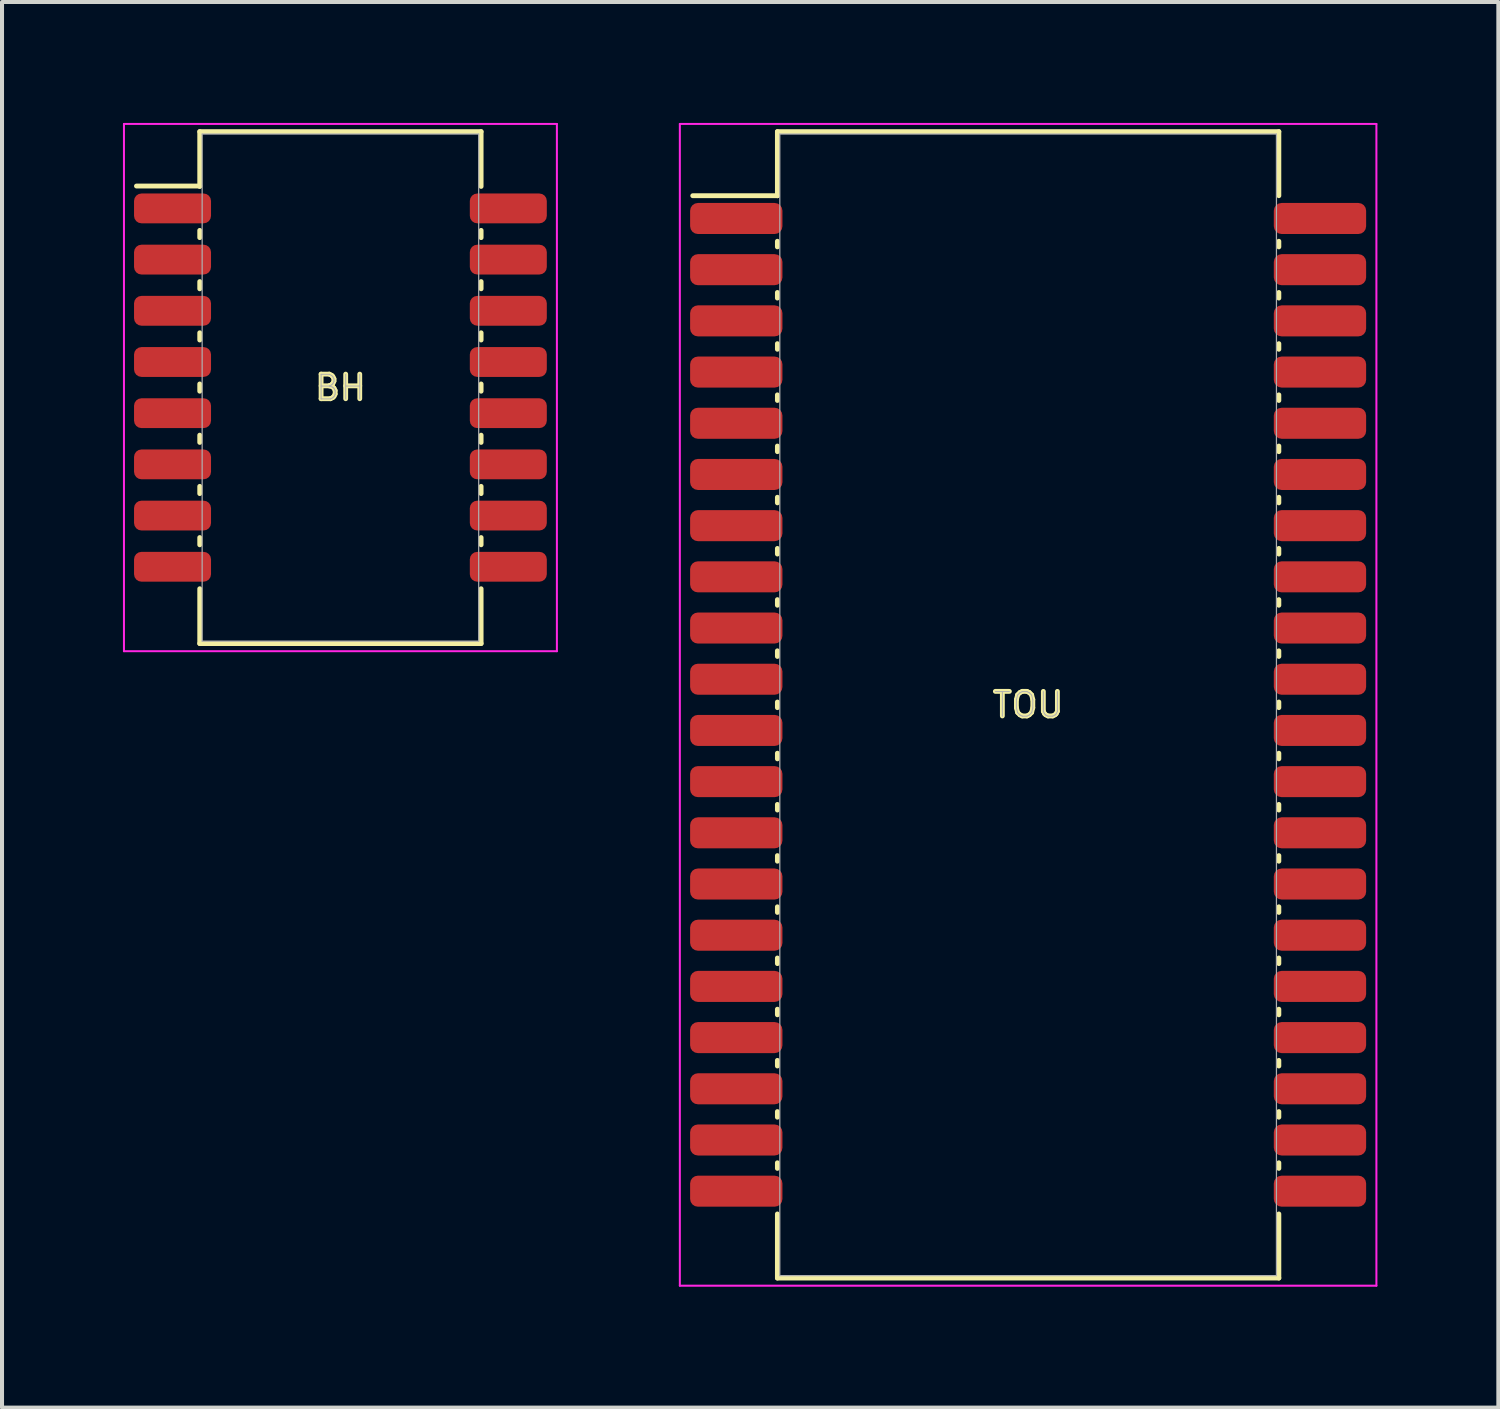
<source format=kicad_pcb>
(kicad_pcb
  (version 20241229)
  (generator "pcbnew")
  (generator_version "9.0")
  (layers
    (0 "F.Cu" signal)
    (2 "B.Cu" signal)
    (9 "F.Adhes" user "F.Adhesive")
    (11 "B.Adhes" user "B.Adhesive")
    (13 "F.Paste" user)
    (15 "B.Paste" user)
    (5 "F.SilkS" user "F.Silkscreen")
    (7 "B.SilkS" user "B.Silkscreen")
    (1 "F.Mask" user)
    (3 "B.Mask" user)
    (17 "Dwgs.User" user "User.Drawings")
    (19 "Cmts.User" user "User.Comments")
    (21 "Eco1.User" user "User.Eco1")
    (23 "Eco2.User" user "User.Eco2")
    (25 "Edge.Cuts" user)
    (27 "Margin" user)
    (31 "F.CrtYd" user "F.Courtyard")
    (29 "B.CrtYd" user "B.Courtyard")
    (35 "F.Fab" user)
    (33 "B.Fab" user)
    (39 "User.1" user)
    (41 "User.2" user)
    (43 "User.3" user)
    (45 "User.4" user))
  (footprint "BH"
    (layer "F.Cu")
    (at 5.395 6.565)
    (property "Reference" "BH" (at 0 0 0) (layer "F.SilkS") (effects (font (size 0.61 0.61) (thickness 0.12))))
    (attr smd)
    (fp_line (start -5.06 -5) (end -3.49 -5) (stroke (width 0.12) (type solid)) (layer "F.SilkS"))
    (fp_line (start -3.49 -6.35) (end 3.49 -6.35) (stroke (width 0.12) (type solid)) (layer "F.SilkS"))
    (fp_line (start -3.49 -5) (end -3.49 -6.35) (stroke (width 0.12) (type solid)) (layer "F.SilkS"))
    (fp_line (start -3.49 -4.99) (end -3.49 -5) (stroke (width 0.12) (type solid)) (layer "F.SilkS"))
    (fp_line (start -3.49 -3.72) (end -3.49 -3.9) (stroke (width 0.12) (type solid)) (layer "F.SilkS"))
    (fp_line (start -3.49 -2.45) (end -3.49 -2.63) (stroke (width 0.12) (type solid)) (layer "F.SilkS"))
    (fp_line (start -3.49 -1.18) (end -3.49 -1.36) (stroke (width 0.12) (type solid)) (layer "F.SilkS"))
    (fp_line (start -3.49 0.09) (end -3.49 -0.09) (stroke (width 0.12) (type solid)) (layer "F.SilkS"))
    (fp_line (start -3.49 1.36) (end -3.49 1.18) (stroke (width 0.12) (type solid)) (layer "F.SilkS"))
    (fp_line (start -3.49 2.63) (end -3.49 2.45) (stroke (width 0.12) (type solid)) (layer "F.SilkS"))
    (fp_line (start -3.49 3.9) (end -3.49 3.72) (stroke (width 0.12) (type solid)) (layer "F.SilkS"))
    (fp_line (start -3.49 6.35) (end -3.49 4.99) (stroke (width 0.12) (type solid)) (layer "F.SilkS"))
    (fp_line (start 3.49 -6.35) (end 3.49 -4.99) (stroke (width 0.12) (type solid)) (layer "F.SilkS"))
    (fp_line (start 3.49 -3.9) (end 3.49 -3.72) (stroke (width 0.12) (type solid)) (layer "F.SilkS"))
    (fp_line (start 3.49 -2.63) (end 3.49 -2.45) (stroke (width 0.12) (type solid)) (layer "F.SilkS"))
    (fp_line (start 3.49 -1.36) (end 3.49 -1.18) (stroke (width 0.12) (type solid)) (layer "F.SilkS"))
    (fp_line (start 3.49 -0.09) (end 3.49 0.09) (stroke (width 0.12) (type solid)) (layer "F.SilkS"))
    (fp_line (start 3.49 1.18) (end 3.49 1.36) (stroke (width 0.12) (type solid)) (layer "F.SilkS"))
    (fp_line (start 3.49 2.45) (end 3.49 2.63) (stroke (width 0.12) (type solid)) (layer "F.SilkS"))
    (fp_line (start 3.49 3.72) (end 3.49 3.9) (stroke (width 0.12) (type solid)) (layer "F.SilkS"))
    (fp_line (start 3.49 4.99) (end 3.49 6.35) (stroke (width 0.12) (type solid)) (layer "F.SilkS"))
    (fp_line (start 3.49 6.35) (end -3.49 6.35) (stroke (width 0.12) (type solid)) (layer "F.SilkS"))
    (fp_line (start -5.37 -6.54) (end 5.37 -6.54) (stroke (width 0.05) (type solid)) (layer "F.CrtYd"))
    (fp_line (start -5.37 6.54) (end -5.37 -6.54) (stroke (width 0.05) (type solid)) (layer "F.CrtYd"))
    (fp_line (start 5.37 -6.54) (end 5.37 6.54) (stroke (width 0.05) (type solid)) (layer "F.CrtYd"))
    (fp_line (start 5.37 6.54) (end -5.37 6.54) (stroke (width 0.05) (type solid)) (layer "F.CrtYd"))
    (fp_line (start -3.43 -6.29) (end 3.43 -6.29) (stroke (width 0.03) (type solid)) (layer "F.Fab"))
    (fp_line (start -3.43 6.29) (end -3.43 -6.29) (stroke (width 0.03) (type solid)) (layer "F.Fab"))
    (fp_line (start 3.43 -6.29) (end 3.43 6.29) (stroke (width 0.03) (type solid)) (layer "F.Fab"))
    (fp_line (start 3.43 6.29) (end -3.43 6.29) (stroke (width 0.03) (type solid)) (layer "F.Fab"))
    (fp_text user "${REFERENCE}" (at 0 0 0) (layer "F.Fab") (effects (font (size 0.61 0.61) (thickness 0.025))))
    (pad "1" smd roundrect (at -4.165 -4.445 270) (size 0.74 1.91) (layers "F.Cu" "F.Mask" "F.Paste") (roundrect_rratio 0.25))
    (pad "2" smd roundrect (at -4.165 -3.175 270) (size 0.74 1.91) (layers "F.Cu" "F.Mask" "F.Paste") (roundrect_rratio 0.25))
    (pad "3" smd roundrect (at -4.165 -1.905 270) (size 0.74 1.91) (layers "F.Cu" "F.Mask" "F.Paste") (roundrect_rratio 0.25))
    (pad "4" smd roundrect (at -4.165 -0.635 270) (size 0.74 1.91) (layers "F.Cu" "F.Mask" "F.Paste") (roundrect_rratio 0.25))
    (pad "5" smd roundrect (at -4.165 0.635 270) (size 0.74 1.91) (layers "F.Cu" "F.Mask" "F.Paste") (roundrect_rratio 0.25))
    (pad "6" smd roundrect (at -4.165 1.905 270) (size 0.74 1.91) (layers "F.Cu" "F.Mask" "F.Paste") (roundrect_rratio 0.25))
    (pad "7" smd roundrect (at -4.165 3.175 270) (size 0.74 1.91) (layers "F.Cu" "F.Mask" "F.Paste") (roundrect_rratio 0.25))
    (pad "8" smd roundrect (at -4.165 4.445 270) (size 0.74 1.91) (layers "F.Cu" "F.Mask" "F.Paste") (roundrect_rratio 0.25))
    (pad "9" smd roundrect (at 4.165 4.445 90) (size 0.74 1.91) (layers "F.Cu" "F.Mask" "F.Paste") (roundrect_rratio 0.25))
    (pad "10" smd roundrect (at 4.165 3.175 90) (size 0.74 1.91) (layers "F.Cu" "F.Mask" "F.Paste") (roundrect_rratio 0.25))
    (pad "11" smd roundrect (at 4.165 1.905 90) (size 0.74 1.91) (layers "F.Cu" "F.Mask" "F.Paste") (roundrect_rratio 0.25))
    (pad "12" smd roundrect (at 4.165 0.635 90) (size 0.74 1.91) (layers "F.Cu" "F.Mask" "F.Paste") (roundrect_rratio 0.25))
    (pad "13" smd roundrect (at 4.165 -0.635 90) (size 0.74 1.91) (layers "F.Cu" "F.Mask" "F.Paste") (roundrect_rratio 0.25))
    (pad "14" smd roundrect (at 4.165 -1.905 90) (size 0.74 1.91) (layers "F.Cu" "F.Mask" "F.Paste") (roundrect_rratio 0.25))
    (pad "15" smd roundrect (at 4.165 -3.175 90) (size 0.74 1.91) (layers "F.Cu" "F.Mask" "F.Paste") (roundrect_rratio 0.25))
    (pad "16" smd roundrect (at 4.165 -4.445 90) (size 0.74 1.91) (layers "F.Cu" "F.Mask" "F.Paste") (roundrect_rratio 0.25)))
  (footprint "TOU"
    (layer "F.Cu")
    (at 22.455 14.435)
    (property "Reference" "TOU" (at 0 0 0) (layer "F.SilkS") (effects (font (size 0.61 0.61) (thickness 0.12))))
    (attr smd)
    (fp_line (start -8.32 -12.63) (end -6.22 -12.63) (stroke (width 0.12) (type solid)) (layer "F.SilkS"))
    (fp_line (start -6.22 -14.22) (end 6.22 -14.22) (stroke (width 0.12) (type solid)) (layer "F.SilkS"))
    (fp_line (start -6.22 -12.63) (end -6.22 -14.22) (stroke (width 0.12) (type solid)) (layer "F.SilkS"))
    (fp_line (start -6.22 -12.63) (end -6.22 -12.63) (stroke (width 0.12) (type solid)) (layer "F.SilkS"))
    (fp_line (start -6.22 -11.36) (end -6.22 -11.5) (stroke (width 0.12) (type solid)) (layer "F.SilkS"))
    (fp_line (start -6.22 -10.09) (end -6.22 -10.23) (stroke (width 0.12) (type solid)) (layer "F.SilkS"))
    (fp_line (start -6.22 -8.82) (end -6.22 -8.96) (stroke (width 0.12) (type solid)) (layer "F.SilkS"))
    (fp_line (start -6.22 -7.55) (end -6.22 -7.69) (stroke (width 0.12) (type solid)) (layer "F.SilkS"))
    (fp_line (start -6.22 -6.28) (end -6.22 -6.42) (stroke (width 0.12) (type solid)) (layer "F.SilkS"))
    (fp_line (start -6.22 -5.01) (end -6.22 -5.15) (stroke (width 0.12) (type solid)) (layer "F.SilkS"))
    (fp_line (start -6.22 -3.74) (end -6.22 -3.88) (stroke (width 0.12) (type solid)) (layer "F.SilkS"))
    (fp_line (start -6.22 -2.47) (end -6.22 -2.61) (stroke (width 0.12) (type solid)) (layer "F.SilkS"))
    (fp_line (start -6.22 -1.2) (end -6.22 -1.34) (stroke (width 0.12) (type solid)) (layer "F.SilkS"))
    (fp_line (start -6.22 0.07) (end -6.22 -0.07) (stroke (width 0.12) (type solid)) (layer "F.SilkS"))
    (fp_line (start -6.22 1.34) (end -6.22 1.2) (stroke (width 0.12) (type solid)) (layer "F.SilkS"))
    (fp_line (start -6.22 2.61) (end -6.22 2.47) (stroke (width 0.12) (type solid)) (layer "F.SilkS"))
    (fp_line (start -6.22 3.88) (end -6.22 3.74) (stroke (width 0.12) (type solid)) (layer "F.SilkS"))
    (fp_line (start -6.22 5.15) (end -6.22 5.01) (stroke (width 0.12) (type solid)) (layer "F.SilkS"))
    (fp_line (start -6.22 6.42) (end -6.22 6.28) (stroke (width 0.12) (type solid)) (layer "F.SilkS"))
    (fp_line (start -6.22 7.69) (end -6.22 7.55) (stroke (width 0.12) (type solid)) (layer "F.SilkS"))
    (fp_line (start -6.22 8.96) (end -6.22 8.82) (stroke (width 0.12) (type solid)) (layer "F.SilkS"))
    (fp_line (start -6.22 10.23) (end -6.22 10.09) (stroke (width 0.12) (type solid)) (layer "F.SilkS"))
    (fp_line (start -6.22 11.5) (end -6.22 11.36) (stroke (width 0.12) (type solid)) (layer "F.SilkS"))
    (fp_line (start -6.22 14.22) (end -6.22 12.63) (stroke (width 0.12) (type solid)) (layer "F.SilkS"))
    (fp_line (start 6.22 -14.22) (end 6.22 -12.63) (stroke (width 0.12) (type solid)) (layer "F.SilkS"))
    (fp_line (start 6.22 -11.5) (end 6.22 -11.36) (stroke (width 0.12) (type solid)) (layer "F.SilkS"))
    (fp_line (start 6.22 -10.23) (end 6.22 -10.09) (stroke (width 0.12) (type solid)) (layer "F.SilkS"))
    (fp_line (start 6.22 -8.96) (end 6.22 -8.82) (stroke (width 0.12) (type solid)) (layer "F.SilkS"))
    (fp_line (start 6.22 -7.69) (end 6.22 -7.55) (stroke (width 0.12) (type solid)) (layer "F.SilkS"))
    (fp_line (start 6.22 -6.42) (end 6.22 -6.28) (stroke (width 0.12) (type solid)) (layer "F.SilkS"))
    (fp_line (start 6.22 -5.15) (end 6.22 -5.01) (stroke (width 0.12) (type solid)) (layer "F.SilkS"))
    (fp_line (start 6.22 -3.88) (end 6.22 -3.74) (stroke (width 0.12) (type solid)) (layer "F.SilkS"))
    (fp_line (start 6.22 -2.61) (end 6.22 -2.47) (stroke (width 0.12) (type solid)) (layer "F.SilkS"))
    (fp_line (start 6.22 -1.34) (end 6.22 -1.2) (stroke (width 0.12) (type solid)) (layer "F.SilkS"))
    (fp_line (start 6.22 -0.07) (end 6.22 0.07) (stroke (width 0.12) (type solid)) (layer "F.SilkS"))
    (fp_line (start 6.22 1.2) (end 6.22 1.34) (stroke (width 0.12) (type solid)) (layer "F.SilkS"))
    (fp_line (start 6.22 2.47) (end 6.22 2.61) (stroke (width 0.12) (type solid)) (layer "F.SilkS"))
    (fp_line (start 6.22 3.74) (end 6.22 3.88) (stroke (width 0.12) (type solid)) (layer "F.SilkS"))
    (fp_line (start 6.22 5.01) (end 6.22 5.15) (stroke (width 0.12) (type solid)) (layer "F.SilkS"))
    (fp_line (start 6.22 6.28) (end 6.22 6.42) (stroke (width 0.12) (type solid)) (layer "F.SilkS"))
    (fp_line (start 6.22 7.55) (end 6.22 7.69) (stroke (width 0.12) (type solid)) (layer "F.SilkS"))
    (fp_line (start 6.22 8.82) (end 6.22 8.96) (stroke (width 0.12) (type solid)) (layer "F.SilkS"))
    (fp_line (start 6.22 10.09) (end 6.22 10.23) (stroke (width 0.12) (type solid)) (layer "F.SilkS"))
    (fp_line (start 6.22 11.36) (end 6.22 11.5) (stroke (width 0.12) (type solid)) (layer "F.SilkS"))
    (fp_line (start 6.22 12.63) (end 6.22 14.22) (stroke (width 0.12) (type solid)) (layer "F.SilkS"))
    (fp_line (start 6.22 14.22) (end -6.22 14.22) (stroke (width 0.12) (type solid)) (layer "F.SilkS"))
    (fp_line (start -8.64 -14.41) (end 8.64 -14.41) (stroke (width 0.05) (type solid)) (layer "F.CrtYd"))
    (fp_line (start -8.64 14.41) (end -8.64 -14.41) (stroke (width 0.05) (type solid)) (layer "F.CrtYd"))
    (fp_line (start 8.64 -14.41) (end 8.64 14.41) (stroke (width 0.05) (type solid)) (layer "F.CrtYd"))
    (fp_line (start 8.64 14.41) (end -8.64 14.41) (stroke (width 0.05) (type solid)) (layer "F.CrtYd"))
    (fp_line (start -6.16 -14.16) (end 6.16 -14.16) (stroke (width 0.03) (type solid)) (layer "F.Fab"))
    (fp_line (start -6.16 14.16) (end -6.16 -14.16) (stroke (width 0.03) (type solid)) (layer "F.Fab"))
    (fp_line (start 6.16 -14.16) (end 6.16 14.16) (stroke (width 0.03) (type solid)) (layer "F.Fab"))
    (fp_line (start 6.16 14.16) (end -6.16 14.16) (stroke (width 0.03) (type solid)) (layer "F.Fab"))
    (fp_text user "${REFERENCE}" (at 0 0 0) (layer "F.Fab") (effects (font (size 0.61 0.61) (thickness 0.025))))
    (pad "1" smd roundrect (at -7.24 -12.065 270) (size 0.77 2.29) (layers "F.Cu" "F.Mask" "F.Paste") (roundrect_rratio 0.25))
    (pad "2" smd roundrect (at -7.24 -10.795 270) (size 0.77 2.29) (layers "F.Cu" "F.Mask" "F.Paste") (roundrect_rratio 0.25))
    (pad "3" smd roundrect (at -7.24 -9.525 270) (size 0.77 2.29) (layers "F.Cu" "F.Mask" "F.Paste") (roundrect_rratio 0.25))
    (pad "4" smd roundrect (at -7.24 -8.255 270) (size 0.77 2.29) (layers "F.Cu" "F.Mask" "F.Paste") (roundrect_rratio 0.25))
    (pad "5" smd roundrect (at -7.24 -6.985 270) (size 0.77 2.29) (layers "F.Cu" "F.Mask" "F.Paste") (roundrect_rratio 0.25))
    (pad "6" smd roundrect (at -7.24 -5.715 270) (size 0.77 2.29) (layers "F.Cu" "F.Mask" "F.Paste") (roundrect_rratio 0.25))
    (pad "7" smd roundrect (at -7.24 -4.445 270) (size 0.77 2.29) (layers "F.Cu" "F.Mask" "F.Paste") (roundrect_rratio 0.25))
    (pad "8" smd roundrect (at -7.24 -3.175 270) (size 0.77 2.29) (layers "F.Cu" "F.Mask" "F.Paste") (roundrect_rratio 0.25))
    (pad "9" smd roundrect (at -7.24 -1.905 270) (size 0.77 2.29) (layers "F.Cu" "F.Mask" "F.Paste") (roundrect_rratio 0.25))
    (pad "10" smd roundrect (at -7.24 -0.635 270) (size 0.77 2.29) (layers "F.Cu" "F.Mask" "F.Paste") (roundrect_rratio 0.25))
    (pad "11" smd roundrect (at -7.24 0.635 270) (size 0.77 2.29) (layers "F.Cu" "F.Mask" "F.Paste") (roundrect_rratio 0.25))
    (pad "12" smd roundrect (at -7.24 1.905 270) (size 0.77 2.29) (layers "F.Cu" "F.Mask" "F.Paste") (roundrect_rratio 0.25))
    (pad "13" smd roundrect (at -7.24 3.175 270) (size 0.77 2.29) (layers "F.Cu" "F.Mask" "F.Paste") (roundrect_rratio 0.25))
    (pad "14" smd roundrect (at -7.24 4.445 270) (size 0.77 2.29) (layers "F.Cu" "F.Mask" "F.Paste") (roundrect_rratio 0.25))
    (pad "15" smd roundrect (at -7.24 5.715 270) (size 0.77 2.29) (layers "F.Cu" "F.Mask" "F.Paste") (roundrect_rratio 0.25))
    (pad "16" smd roundrect (at -7.24 6.985 270) (size 0.77 2.29) (layers "F.Cu" "F.Mask" "F.Paste") (roundrect_rratio 0.25))
    (pad "17" smd roundrect (at -7.24 8.255 270) (size 0.77 2.29) (layers "F.Cu" "F.Mask" "F.Paste") (roundrect_rratio 0.25))
    (pad "18" smd roundrect (at -7.24 9.525 270) (size 0.77 2.29) (layers "F.Cu" "F.Mask" "F.Paste") (roundrect_rratio 0.25))
    (pad "19" smd roundrect (at -7.24 10.795 270) (size 0.77 2.29) (layers "F.Cu" "F.Mask" "F.Paste") (roundrect_rratio 0.25))
    (pad "20" smd roundrect (at -7.24 12.065 270) (size 0.77 2.29) (layers "F.Cu" "F.Mask" "F.Paste") (roundrect_rratio 0.25))
    (pad "21" smd roundrect (at 7.24 12.065 90) (size 0.77 2.29) (layers "F.Cu" "F.Mask" "F.Paste") (roundrect_rratio 0.25))
    (pad "22" smd roundrect (at 7.24 10.795 90) (size 0.77 2.29) (layers "F.Cu" "F.Mask" "F.Paste") (roundrect_rratio 0.25))
    (pad "23" smd roundrect (at 7.24 9.525 90) (size 0.77 2.29) (layers "F.Cu" "F.Mask" "F.Paste") (roundrect_rratio 0.25))
    (pad "24" smd roundrect (at 7.24 8.255 90) (size 0.77 2.29) (layers "F.Cu" "F.Mask" "F.Paste") (roundrect_rratio 0.25))
    (pad "25" smd roundrect (at 7.24 6.985 90) (size 0.77 2.29) (layers "F.Cu" "F.Mask" "F.Paste") (roundrect_rratio 0.25))
    (pad "26" smd roundrect (at 7.24 5.715 90) (size 0.77 2.29) (layers "F.Cu" "F.Mask" "F.Paste") (roundrect_rratio 0.25))
    (pad "27" smd roundrect (at 7.24 4.445 90) (size 0.77 2.29) (layers "F.Cu" "F.Mask" "F.Paste") (roundrect_rratio 0.25))
    (pad "28" smd roundrect (at 7.24 3.175 90) (size 0.77 2.29) (layers "F.Cu" "F.Mask" "F.Paste") (roundrect_rratio 0.25))
    (pad "29" smd roundrect (at 7.24 1.905 90) (size 0.77 2.29) (layers "F.Cu" "F.Mask" "F.Paste") (roundrect_rratio 0.25))
    (pad "30" smd roundrect (at 7.24 0.635 90) (size 0.77 2.29) (layers "F.Cu" "F.Mask" "F.Paste") (roundrect_rratio 0.25))
    (pad "31" smd roundrect (at 7.24 -0.635 90) (size 0.77 2.29) (layers "F.Cu" "F.Mask" "F.Paste") (roundrect_rratio 0.25))
    (pad "32" smd roundrect (at 7.24 -1.905 90) (size 0.77 2.29) (layers "F.Cu" "F.Mask" "F.Paste") (roundrect_rratio 0.25))
    (pad "33" smd roundrect (at 7.24 -3.175 90) (size 0.77 2.29) (layers "F.Cu" "F.Mask" "F.Paste") (roundrect_rratio 0.25))
    (pad "34" smd roundrect (at 7.24 -4.445 90) (size 0.77 2.29) (layers "F.Cu" "F.Mask" "F.Paste") (roundrect_rratio 0.25))
    (pad "35" smd roundrect (at 7.24 -5.715 90) (size 0.77 2.29) (layers "F.Cu" "F.Mask" "F.Paste") (roundrect_rratio 0.25))
    (pad "36" smd roundrect (at 7.24 -6.985 90) (size 0.77 2.29) (layers "F.Cu" "F.Mask" "F.Paste") (roundrect_rratio 0.25))
    (pad "37" smd roundrect (at 7.24 -8.255 90) (size 0.77 2.29) (layers "F.Cu" "F.Mask" "F.Paste") (roundrect_rratio 0.25))
    (pad "38" smd roundrect (at 7.24 -9.525 90) (size 0.77 2.29) (layers "F.Cu" "F.Mask" "F.Paste") (roundrect_rratio 0.25))
    (pad "39" smd roundrect (at 7.24 -10.795 90) (size 0.77 2.29) (layers "F.Cu" "F.Mask" "F.Paste") (roundrect_rratio 0.25))
    (pad "40" smd roundrect (at 7.24 -12.065 90) (size 0.77 2.29) (layers "F.Cu" "F.Mask" "F.Paste") (roundrect_rratio 0.25)))
  (gr_rect
    (start -3 -3)
    (end 34.12 31.87)
    (stroke (width 0.1) (type default))
    (fill no)
    (layer "Edge.Cuts")))
</source>
